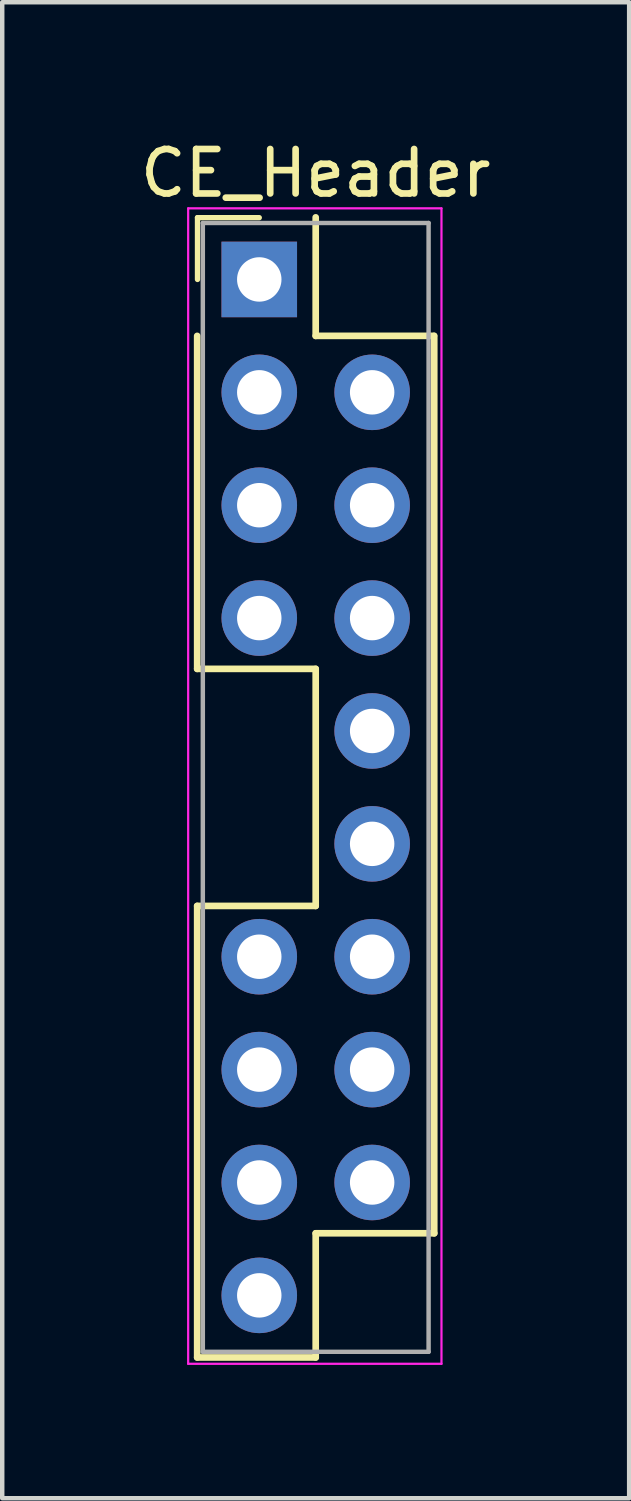
<source format=kicad_pcb>
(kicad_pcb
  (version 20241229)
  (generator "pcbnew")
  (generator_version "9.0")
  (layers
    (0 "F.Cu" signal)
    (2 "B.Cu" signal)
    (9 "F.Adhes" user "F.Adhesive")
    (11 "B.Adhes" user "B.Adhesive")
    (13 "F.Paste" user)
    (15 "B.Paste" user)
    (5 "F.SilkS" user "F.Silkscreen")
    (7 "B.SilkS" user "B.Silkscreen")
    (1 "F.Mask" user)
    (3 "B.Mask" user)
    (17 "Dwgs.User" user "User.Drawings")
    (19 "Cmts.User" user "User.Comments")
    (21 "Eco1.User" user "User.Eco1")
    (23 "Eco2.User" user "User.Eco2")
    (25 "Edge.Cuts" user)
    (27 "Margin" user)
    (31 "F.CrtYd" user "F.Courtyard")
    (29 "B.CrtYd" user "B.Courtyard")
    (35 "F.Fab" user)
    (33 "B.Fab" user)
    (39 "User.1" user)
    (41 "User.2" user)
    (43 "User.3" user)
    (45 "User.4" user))
  (footprint "CE_Header"
    (layer "F.Cu")
    (at 2.784 3.238)
    (property "Reference" "CE_Header" (at 1.27 -2.39 0) (layer "F.SilkS") (effects (font (size 1 1) (thickness 0.15))))
    (attr through_hole)
    (fp_line (start -1.397 8.763) (end -1.397 1.27) (stroke (width 0.15) (type solid)) (layer "F.SilkS"))
    (fp_line (start -1.397 14.097) (end 1.27 14.097) (stroke (width 0.15) (type solid)) (layer "F.SilkS"))
    (fp_line (start -1.397 24.257) (end -1.397 14.097) (stroke (width 0.15) (type solid)) (layer "F.SilkS"))
    (fp_line (start -1.39 -1.39) (end 0 -1.39) (stroke (width 0.12) (type solid)) (layer "F.SilkS"))
    (fp_line (start -1.39 0) (end -1.39 -1.39) (stroke (width 0.12) (type solid)) (layer "F.SilkS"))
    (fp_line (start 1.27 1.27) (end 1.27 -1.397) (stroke (width 0.15) (type solid)) (layer "F.SilkS"))
    (fp_line (start 1.27 8.763) (end -1.397 8.763) (stroke (width 0.15) (type solid)) (layer "F.SilkS"))
    (fp_line (start 1.27 14.097) (end 1.27 8.763) (stroke (width 0.15) (type solid)) (layer "F.SilkS"))
    (fp_line (start 1.27 21.463) (end 1.27 24.257) (stroke (width 0.15) (type solid)) (layer "F.SilkS"))
    (fp_line (start 1.27 24.257) (end -1.397 24.257) (stroke (width 0.15) (type solid)) (layer "F.SilkS"))
    (fp_line (start 3.93 1.27) (end 1.27 1.27) (stroke (width 0.15) (type solid)) (layer "F.SilkS"))
    (fp_line (start 3.937 1.27) (end 3.937 21.463) (stroke (width 0.15) (type solid)) (layer "F.SilkS"))
    (fp_line (start 3.937 21.463) (end 1.27 21.463) (stroke (width 0.15) (type solid)) (layer "F.SilkS"))
    (fp_line (start -1.6 -1.6) (end -1.6 24.4) (stroke (width 0.05) (type solid)) (layer "F.CrtYd"))
    (fp_line (start -1.6 24.4) (end 4.1 24.4) (stroke (width 0.05) (type solid)) (layer "F.CrtYd"))
    (fp_line (start 4.1 -1.6) (end -1.6 -1.6) (stroke (width 0.05) (type solid)) (layer "F.CrtYd"))
    (fp_line (start 4.1 24.4) (end 4.1 -1.6) (stroke (width 0.05) (type solid)) (layer "F.CrtYd"))
    (fp_line (start -1.27 -1.27) (end -1.27 24.13) (stroke (width 0.1) (type solid)) (layer "F.Fab"))
    (fp_line (start -1.27 24.13) (end 3.81 24.13) (stroke (width 0.1) (type solid)) (layer "F.Fab"))
    (fp_line (start 3.81 -1.27) (end -1.27 -1.27) (stroke (width 0.1) (type solid)) (layer "F.Fab"))
    (fp_line (start 3.81 24.13) (end 3.81 -1.27) (stroke (width 0.1) (type solid)) (layer "F.Fab"))
    (pad "1" thru_hole rect (at 0 0) (size 1.7 1.7) (drill 1) (layers "*.Cu" "*.Mask"))
    (pad "3" thru_hole oval (at 0 2.54) (size 1.7 1.7) (drill 1) (layers "*.Cu" "*.Mask"))
    (pad "4" thru_hole oval (at 2.54 2.54) (size 1.7 1.7) (drill 1) (layers "*.Cu" "*.Mask"))
    (pad "5" thru_hole oval (at 0 5.08) (size 1.7 1.7) (drill 1) (layers "*.Cu" "*.Mask"))
    (pad "6" thru_hole oval (at 2.54 5.08) (size 1.7 1.7) (drill 1) (layers "*.Cu" "*.Mask"))
    (pad "7" thru_hole oval (at 0 7.62) (size 1.7 1.7) (drill 1) (layers "*.Cu" "*.Mask"))
    (pad "8" thru_hole oval (at 2.54 7.62) (size 1.7 1.7) (drill 1) (layers "*.Cu" "*.Mask"))
    (pad "10" thru_hole oval (at 2.54 10.16) (size 1.7 1.7) (drill 1) (layers "*.Cu" "*.Mask"))
    (pad "12" thru_hole oval (at 2.54 12.7) (size 1.7 1.7) (drill 1) (layers "*.Cu" "*.Mask"))
    (pad "13" thru_hole oval (at 0 15.24) (size 1.7 1.7) (drill 1) (layers "*.Cu" "*.Mask"))
    (pad "14" thru_hole oval (at 2.54 15.24) (size 1.7 1.7) (drill 1) (layers "*.Cu" "*.Mask"))
    (pad "15" thru_hole oval (at 0 17.78) (size 1.7 1.7) (drill 1) (layers "*.Cu" "*.Mask"))
    (pad "16" thru_hole oval (at 2.54 17.78) (size 1.7 1.7) (drill 1) (layers "*.Cu" "*.Mask"))
    (pad "17" thru_hole oval (at 0 20.32) (size 1.7 1.7) (drill 1) (layers "*.Cu" "*.Mask"))
    (pad "18" thru_hole oval (at 2.54 20.32) (size 1.7 1.7) (drill 1) (layers "*.Cu" "*.Mask"))
    (pad "19" thru_hole oval (at 0 22.86) (size 1.7 1.7) (drill 1) (layers "*.Cu" "*.Mask")))
  (gr_rect
    (start -3 -3)
    (end 11.107 30.663)
    (stroke (width 0.1) (type default))
    (fill no)
    (layer "Edge.Cuts")))
</source>
